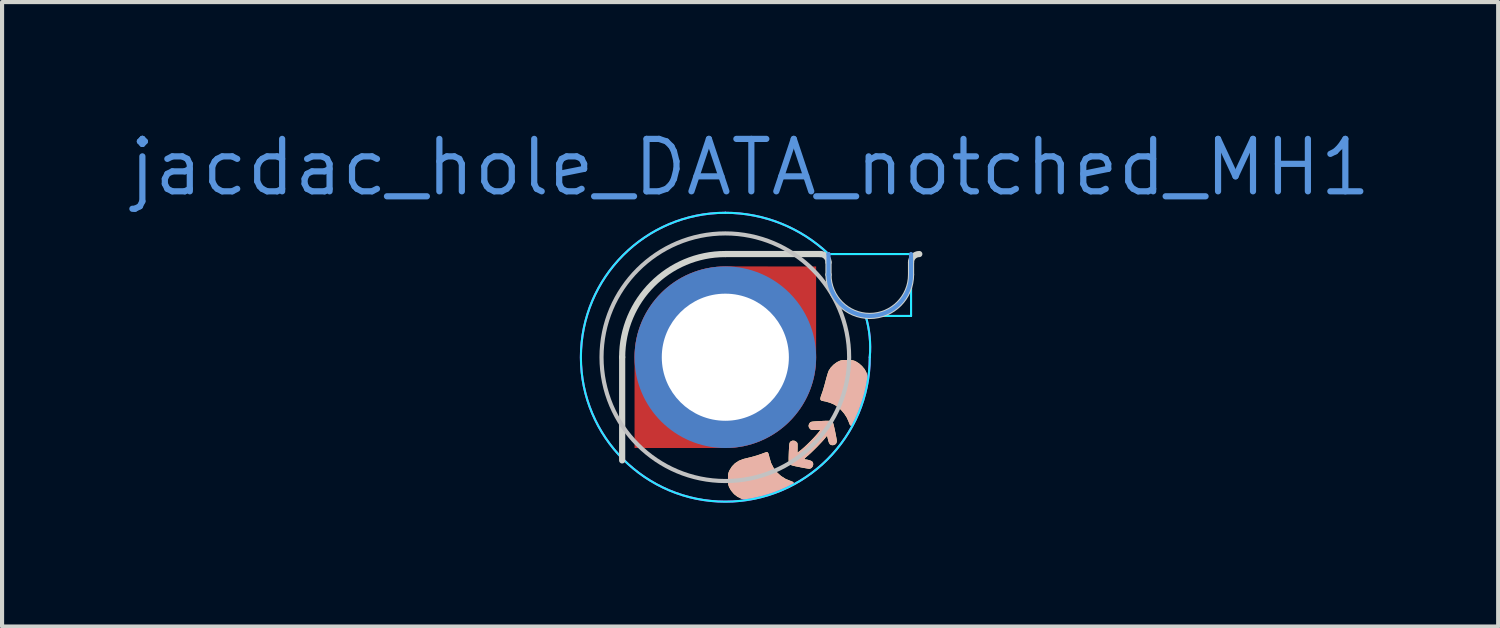
<source format=kicad_pcb>
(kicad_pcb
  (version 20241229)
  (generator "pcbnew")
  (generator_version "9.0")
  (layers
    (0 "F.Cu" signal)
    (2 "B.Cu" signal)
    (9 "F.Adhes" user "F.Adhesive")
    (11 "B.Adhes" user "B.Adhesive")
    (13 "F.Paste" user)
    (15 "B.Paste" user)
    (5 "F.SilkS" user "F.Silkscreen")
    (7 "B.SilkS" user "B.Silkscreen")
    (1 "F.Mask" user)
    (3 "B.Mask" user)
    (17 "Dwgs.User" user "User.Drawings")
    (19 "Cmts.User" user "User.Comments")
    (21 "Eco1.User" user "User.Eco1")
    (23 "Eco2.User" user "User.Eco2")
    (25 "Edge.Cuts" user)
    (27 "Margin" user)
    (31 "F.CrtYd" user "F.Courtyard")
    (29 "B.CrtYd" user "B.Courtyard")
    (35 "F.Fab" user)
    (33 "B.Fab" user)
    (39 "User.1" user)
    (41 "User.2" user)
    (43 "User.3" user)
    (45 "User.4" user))
  (footprint "jacdac_hole_DATA_notched_MH1"
    (layer "F.Cu")
    (at 14.526 5.606)
    (property "Reference" "jacdac_hole_DATA_notched_MH1" (at 0.6 -4.6 0) (layer "Cmts.User") (effects (font (size 1.27 1.27) (thickness 0.15))))
    (attr through_hole)
    (fp_poly (pts (arc (start 0 -2.5) (mid -1.767767 -1.767767) (end -2.5 0)) (xy -2.5 2.5) (arc (start 0 2.5) (mid 1.767767 1.767767) (end 2.5 0)) (xy 2.5 -2.5)) (stroke (width 0) (type solid)) (fill yes) (layer "F.Mask"))
    (fp_circle (center 0 0) (end 0 -2.5) (stroke (width 0) (type solid)) (fill yes) (layer "B.Mask"))
    (fp_poly (pts (xy 1.025 2.304) (xy 1.04 2.325) (xy 1.054 2.365) (xy 1.068 2.426) (xy 1.07 2.431) (xy 1.109 2.563) (xy 1.17 2.683) (xy 1.251 2.789) (xy 1.349 2.878) (xy 1.463 2.95) (xy 1.577 2.996) (xy 1.613 3.01) (xy 1.64 3.022) (xy 1.644 3.025) (xy 1.659 3.051) (xy 1.653 3.082) (xy 1.636 3.103) (xy 1.61 3.121) (xy 1.563 3.145) (xy 1.501 3.175) (xy 1.428 3.207) (xy 1.347 3.241) (xy 1.263 3.274) (xy 1.181 3.305) (xy 1.115 3.327) (xy 0.954 3.378) (xy 0.813 3.415) (xy 0.691 3.44) (xy 0.585 3.451) (xy 0.495 3.451) (xy 0.419 3.438) (xy 0.396 3.431) (xy 0.298 3.384) (xy 0.211 3.317) (xy 0.139 3.232) (xy 0.094 3.154) (xy 0.081 3.121) (xy 0.072 3.088) (xy 0.068 3.047) (xy 0.066 2.991) (xy 0.065 2.952) (xy 0.066 2.889) (xy 0.068 2.844) (xy 0.074 2.809) (xy 0.084 2.779) (xy 0.099 2.745) (xy 0.103 2.737) (xy 0.162 2.644) (xy 0.235 2.569) (xy 0.325 2.51) (xy 0.434 2.467) (xy 0.502 2.45) (xy 0.645 2.415) (xy 0.77 2.379) (xy 0.886 2.339) (xy 0.892 2.336) (xy 0.939 2.319) (xy 0.979 2.305) (xy 1.003 2.298) (xy 1.007 2.298)) (stroke (width 0) (type solid)) (fill yes) (layer "F.SilkS"))
    (fp_poly (pts (xy 3.014 0.068) (xy 3.061 0.071) (xy 3.097 0.077) (xy 3.129 0.087) (xy 3.163 0.102) (xy 3.237 0.148) (xy 3.309 0.211) (xy 3.371 0.285) (xy 3.407 0.346) (xy 3.433 0.412) (xy 3.447 0.486) (xy 3.45 0.57) (xy 3.442 0.667) (xy 3.422 0.778) (xy 3.39 0.905) (xy 3.346 1.052) (xy 3.325 1.117) (xy 3.298 1.195) (xy 3.267 1.278) (xy 3.233 1.362) (xy 3.2 1.442) (xy 3.168 1.514) (xy 3.139 1.574) (xy 3.115 1.617) (xy 3.101 1.638) (xy 3.071 1.659) (xy 3.04 1.659) (xy 3.023 1.646) (xy 3.012 1.626) (xy 2.998 1.59) (xy 2.989 1.566) (xy 2.945 1.466) (xy 2.881 1.367) (xy 2.802 1.275) (xy 2.713 1.197) (xy 2.632 1.145) (xy 2.539 1.105) (xy 2.433 1.074) (xy 2.356 1.059) (xy 2.325 1.05) (xy 2.307 1.034) (xy 2.301 1.007) (xy 2.309 0.965) (xy 2.329 0.906) (xy 2.338 0.881) (xy 2.358 0.825) (xy 2.38 0.753) (xy 2.403 0.674) (xy 2.424 0.594) (xy 2.429 0.576) (xy 2.448 0.504) (xy 2.468 0.436) (xy 2.486 0.377) (xy 2.502 0.334) (xy 2.507 0.323) (xy 2.556 0.249) (xy 2.623 0.18) (xy 2.7 0.123) (xy 2.734 0.105) (xy 2.77 0.088) (xy 2.801 0.077) (xy 2.835 0.071) (xy 2.879 0.068) (xy 2.939 0.068) (xy 2.95 0.068)) (stroke (width 0) (type solid)) (fill yes) (layer "F.SilkS"))
    (fp_poly (pts (xy 2.518 1.541) (xy 2.556 1.547) (xy 2.582 1.557) (xy 2.599 1.573) (xy 2.61 1.594) (xy 2.612 1.597) (xy 2.621 1.626) (xy 2.633 1.674) (xy 2.647 1.735) (xy 2.661 1.802) (xy 2.675 1.871) (xy 2.687 1.935) (xy 2.697 1.989) (xy 2.701 2.026) (xy 2.702 2.035) (xy 2.691 2.081) (xy 2.66 2.115) (xy 2.615 2.131) (xy 2.598 2.132) (xy 2.561 2.127) (xy 2.532 2.107) (xy 2.51 2.07) (xy 2.491 2.012) (xy 2.487 1.992) (xy 2.466 1.902) (xy 2.382 2.002) (xy 2.337 2.052) (xy 2.279 2.113) (xy 2.215 2.18) (xy 2.147 2.247) (xy 2.082 2.31) (xy 2.023 2.364) (xy 1.975 2.405) (xy 1.968 2.411) (xy 1.931 2.444) (xy 1.916 2.464) (xy 1.922 2.474) (xy 1.933 2.476) (xy 1.973 2.48) (xy 2.021 2.491) (xy 2.066 2.506) (xy 2.099 2.522) (xy 2.106 2.528) (xy 2.127 2.564) (xy 2.129 2.607) (xy 2.116 2.648) (xy 2.089 2.682) (xy 2.052 2.701) (xy 2.032 2.703) (xy 2.008 2.7) (xy 1.964 2.693) (xy 1.905 2.683) (xy 1.837 2.67) (xy 1.788 2.66) (xy 1.702 2.643) (xy 1.638 2.628) (xy 1.593 2.613) (xy 1.563 2.595) (xy 1.545 2.571) (xy 1.537 2.539) (xy 1.534 2.495) (xy 1.534 2.439) (xy 1.536 2.366) (xy 1.539 2.284) (xy 1.543 2.207) (xy 1.544 2.192) (xy 1.548 2.133) (xy 1.553 2.094) (xy 1.561 2.069) (xy 1.571 2.052) (xy 1.582 2.042) (xy 1.626 2.021) (xy 1.674 2.023) (xy 1.719 2.048) (xy 1.735 2.063) (xy 1.745 2.079) (xy 1.75 2.101) (xy 1.751 2.137) (xy 1.751 2.191) (xy 1.751 2.195) (xy 1.748 2.313) (xy 1.784 2.287) (xy 1.84 2.243) (xy 1.908 2.184) (xy 1.983 2.114) (xy 2.059 2.039) (xy 2.133 1.963) (xy 2.2 1.89) (xy 2.255 1.826) (xy 2.282 1.79) (xy 2.305 1.758) (xy 2.193 1.762) (xy 2.138 1.763) (xy 2.102 1.762) (xy 2.079 1.757) (xy 2.062 1.747) (xy 2.048 1.734) (xy 2.021 1.691) (xy 2.018 1.645) (xy 2.039 1.599) (xy 2.044 1.593) (xy 2.056 1.581) (xy 2.068 1.572) (xy 2.086 1.565) (xy 2.113 1.56) (xy 2.154 1.556) (xy 2.211 1.552) (xy 2.29 1.547) (xy 2.3 1.547) (xy 2.394 1.542) (xy 2.465 1.54)) (stroke (width 0) (type solid)) (fill yes) (layer "F.SilkS"))
    (fp_poly (pts (xy 1.025 2.304) (xy 1.04 2.325) (xy 1.054 2.365) (xy 1.068 2.426) (xy 1.07 2.431) (xy 1.109 2.563) (xy 1.17 2.683) (xy 1.251 2.789) (xy 1.349 2.878) (xy 1.463 2.95) (xy 1.577 2.996) (xy 1.613 3.01) (xy 1.64 3.022) (xy 1.644 3.025) (xy 1.659 3.051) (xy 1.653 3.082) (xy 1.636 3.103) (xy 1.61 3.121) (xy 1.563 3.145) (xy 1.501 3.175) (xy 1.428 3.207) (xy 1.347 3.241) (xy 1.263 3.274) (xy 1.181 3.305) (xy 1.115 3.327) (xy 0.954 3.378) (xy 0.813 3.415) (xy 0.691 3.44) (xy 0.585 3.451) (xy 0.495 3.451) (xy 0.419 3.438) (xy 0.396 3.431) (xy 0.298 3.384) (xy 0.211 3.317) (xy 0.139 3.232) (xy 0.094 3.154) (xy 0.081 3.121) (xy 0.072 3.088) (xy 0.068 3.047) (xy 0.066 2.991) (xy 0.065 2.952) (xy 0.066 2.889) (xy 0.068 2.844) (xy 0.074 2.809) (xy 0.084 2.779) (xy 0.099 2.745) (xy 0.103 2.737) (xy 0.162 2.644) (xy 0.235 2.569) (xy 0.325 2.51) (xy 0.434 2.467) (xy 0.502 2.45) (xy 0.645 2.415) (xy 0.77 2.379) (xy 0.886 2.339) (xy 0.892 2.336) (xy 0.939 2.319) (xy 0.979 2.305) (xy 1.003 2.298) (xy 1.007 2.298)) (stroke (width 0) (type solid)) (fill yes) (layer "B.SilkS"))
    (fp_poly (pts (xy 3.014 0.068) (xy 3.061 0.071) (xy 3.097 0.077) (xy 3.129 0.087) (xy 3.163 0.102) (xy 3.237 0.148) (xy 3.309 0.211) (xy 3.371 0.285) (xy 3.407 0.346) (xy 3.433 0.412) (xy 3.447 0.486) (xy 3.45 0.57) (xy 3.442 0.667) (xy 3.422 0.778) (xy 3.39 0.905) (xy 3.346 1.052) (xy 3.325 1.117) (xy 3.298 1.195) (xy 3.267 1.278) (xy 3.233 1.362) (xy 3.2 1.442) (xy 3.168 1.514) (xy 3.139 1.574) (xy 3.115 1.617) (xy 3.101 1.638) (xy 3.071 1.659) (xy 3.04 1.659) (xy 3.023 1.646) (xy 3.012 1.626) (xy 2.998 1.59) (xy 2.989 1.566) (xy 2.945 1.466) (xy 2.881 1.367) (xy 2.802 1.275) (xy 2.713 1.197) (xy 2.632 1.145) (xy 2.539 1.105) (xy 2.433 1.074) (xy 2.356 1.059) (xy 2.325 1.05) (xy 2.307 1.034) (xy 2.301 1.007) (xy 2.309 0.965) (xy 2.329 0.906) (xy 2.338 0.881) (xy 2.358 0.825) (xy 2.38 0.753) (xy 2.403 0.674) (xy 2.424 0.594) (xy 2.429 0.576) (xy 2.448 0.504) (xy 2.468 0.436) (xy 2.486 0.377) (xy 2.502 0.334) (xy 2.507 0.323) (xy 2.556 0.249) (xy 2.623 0.18) (xy 2.7 0.123) (xy 2.734 0.105) (xy 2.77 0.088) (xy 2.801 0.077) (xy 2.835 0.071) (xy 2.879 0.068) (xy 2.939 0.068) (xy 2.95 0.068)) (stroke (width 0) (type solid)) (fill yes) (layer "B.SilkS"))
    (fp_poly (pts (xy 2.518 1.541) (xy 2.556 1.547) (xy 2.582 1.557) (xy 2.599 1.573) (xy 2.61 1.594) (xy 2.612 1.597) (xy 2.621 1.626) (xy 2.633 1.674) (xy 2.647 1.735) (xy 2.661 1.802) (xy 2.675 1.871) (xy 2.687 1.935) (xy 2.697 1.989) (xy 2.701 2.026) (xy 2.702 2.035) (xy 2.691 2.081) (xy 2.66 2.115) (xy 2.615 2.131) (xy 2.598 2.132) (xy 2.561 2.127) (xy 2.532 2.107) (xy 2.51 2.07) (xy 2.491 2.012) (xy 2.487 1.992) (xy 2.466 1.902) (xy 2.382 2.002) (xy 2.337 2.052) (xy 2.279 2.113) (xy 2.215 2.18) (xy 2.147 2.247) (xy 2.082 2.31) (xy 2.023 2.364) (xy 1.975 2.405) (xy 1.968 2.411) (xy 1.931 2.444) (xy 1.916 2.464) (xy 1.922 2.474) (xy 1.933 2.476) (xy 1.973 2.48) (xy 2.021 2.491) (xy 2.066 2.506) (xy 2.099 2.522) (xy 2.106 2.528) (xy 2.127 2.564) (xy 2.129 2.607) (xy 2.116 2.648) (xy 2.089 2.682) (xy 2.052 2.701) (xy 2.032 2.703) (xy 2.008 2.7) (xy 1.964 2.693) (xy 1.905 2.683) (xy 1.837 2.67) (xy 1.788 2.66) (xy 1.702 2.643) (xy 1.638 2.628) (xy 1.593 2.613) (xy 1.563 2.595) (xy 1.545 2.571) (xy 1.537 2.539) (xy 1.534 2.495) (xy 1.534 2.439) (xy 1.536 2.366) (xy 1.539 2.284) (xy 1.543 2.207) (xy 1.544 2.192) (xy 1.548 2.133) (xy 1.553 2.094) (xy 1.561 2.069) (xy 1.571 2.052) (xy 1.582 2.042) (xy 1.626 2.021) (xy 1.674 2.023) (xy 1.719 2.048) (xy 1.735 2.063) (xy 1.745 2.079) (xy 1.75 2.101) (xy 1.751 2.137) (xy 1.751 2.191) (xy 1.751 2.195) (xy 1.748 2.313) (xy 1.784 2.287) (xy 1.84 2.243) (xy 1.908 2.184) (xy 1.983 2.114) (xy 2.059 2.039) (xy 2.133 1.963) (xy 2.2 1.89) (xy 2.255 1.826) (xy 2.282 1.79) (xy 2.305 1.758) (xy 2.193 1.762) (xy 2.138 1.763) (xy 2.102 1.762) (xy 2.079 1.757) (xy 2.062 1.747) (xy 2.048 1.734) (xy 2.021 1.691) (xy 2.018 1.645) (xy 2.039 1.599) (xy 2.044 1.593) (xy 2.056 1.581) (xy 2.068 1.572) (xy 2.086 1.565) (xy 2.113 1.56) (xy 2.154 1.556) (xy 2.211 1.552) (xy 2.29 1.547) (xy 2.3 1.547) (xy 2.394 1.542) (xy 2.465 1.54)) (stroke (width 0) (type solid)) (fill yes) (layer "B.SilkS"))
    (fp_circle (center 0 0) (end 0 -3) (stroke (width 0.1) (type default)) (fill no) (layer "Dwgs.User"))
    (fp_line (start 2.5 -2.5) (end 2.5 -2.5) (stroke (width 0.1) (type default)) (layer "Cmts.User"))
    (fp_line (start 2.5 -2) (end 2.5 -2.5) (stroke (width 0.1) (type default)) (layer "Cmts.User"))
    (fp_line (start 4.5 -2) (end 4.5 -2.5) (stroke (width 0.1) (type default)) (layer "Cmts.User"))
    (fp_arc (start 4.5 -2) (mid 3.5 -1) (end 2.5 -2) (stroke (width 0.1) (type default)) (layer "Cmts.User"))
    (fp_line (start -2.5 0) (end -2.5 2.5) (stroke (width 0.15) (type default)) (layer "Edge.Cuts"))
    (fp_line (start 0 -2.5) (end 2.3 -2.5) (stroke (width 0.15) (type default)) (layer "Edge.Cuts"))
    (fp_line (start 2.5 -2) (end 2.5 -2.3) (stroke (width 0.15) (type default)) (layer "Edge.Cuts"))
    (fp_line (start 4.5 -2) (end 4.5 -2.3) (stroke (width 0.15) (type default)) (layer "Edge.Cuts"))
    (fp_arc (start -2.5 0) (mid -1.767767 -1.767767) (end 0 -2.5) (stroke (width 0.15) (type default)) (layer "Edge.Cuts"))
    (fp_arc (start 2.299998 -2.5) (mid 2.441421 -2.441422) (end 2.499998 -2.3) (stroke (width 0.15) (type default)) (layer "Edge.Cuts"))
    (fp_arc (start 4.5 -2.3) (mid 4.558579 -2.441421) (end 4.7 -2.5) (stroke (width 0.15) (type default)) (layer "Edge.Cuts"))
    (fp_arc (start 4.5 -2) (mid 3.5 -1) (end 2.5 -2) (stroke (width 0.15) (type default)) (layer "Edge.Cuts"))
    (fp_line (start 3.4 -1) (end 4.5 -1) (stroke (width 0.05) (type default)) (layer "B.CrtYd"))
    (fp_line (start 4.5 -2.5) (end 2.5 -2.5) (stroke (width 0.05) (type default)) (layer "B.CrtYd"))
    (fp_line (start 4.5 -1) (end 4.5 -2.5) (stroke (width 0.05) (type default)) (layer "B.CrtYd"))
    (fp_arc (start 0 -3.5) (mid 1.346291 -3.240728) (end 2.5 -2.5) (stroke (width 0.05) (type default)) (layer "B.CrtYd"))
    (fp_arc (start 3.4 -1) (mid 3.496731 -0.504673) (end 3.5 0) (stroke (width 0.05) (type default)) (layer "B.CrtYd"))
    (fp_arc (start 3.5 0) (mid -2.474874 2.474874) (end 0 -3.5) (stroke (width 0.05) (type default)) (layer "B.CrtYd"))
    (fp_line (start 3.4 -1) (end 4.5 -1) (stroke (width 0.05) (type default)) (layer "F.CrtYd"))
    (fp_line (start 4.5 -2.5) (end 2.5 -2.5) (stroke (width 0.05) (type default)) (layer "F.CrtYd"))
    (fp_line (start 4.5 -1) (end 4.5 -2.5) (stroke (width 0.05) (type default)) (layer "F.CrtYd"))
    (fp_arc (start 0 -3.5) (mid 1.346291 -3.240728) (end 2.5 -2.5) (stroke (width 0.05) (type default)) (layer "F.CrtYd"))
    (fp_arc (start 3.4 -1) (mid 3.496731 -0.504673) (end 3.5 0) (stroke (width 0.05) (type default)) (layer "F.CrtYd"))
    (fp_arc (start 3.5 0) (mid -2.474874 2.474874) (end 0 -3.5) (stroke (width 0.05) (type default)) (layer "F.CrtYd"))
    (pad "MH1" smd custom (at 0 0 135) (size 1 1) (property pad_prop_fiducial_loc) (layers "F.Cu" "F.Mask") (options (anchor circle)) (primitives (gr_poly (pts (xy 0 -3.111) (arc (start -1.555635 -1.555635) (mid -2.2 0) (end -1.555635 1.555635)) (xy 0 3.111) (arc (start 1.555635 1.555635) (mid 2.2 0) (end 1.555635 -1.555635))) (width 0) (fill yes))))
    (pad "MH1" thru_hole circle (at 0 0 135) (size 4.4 4.4) (drill 3.08) (property pad_prop_fiducial_loc) (layers "*.Cu"))
    (zone (net_name "") (layers "F.Cu" "B.Cu") (hatch edge 0.508) (connect_pads) (min_thickness 0.254) (filled_areas_thickness no) (keepout (tracks allowed) (vias allowed) (pads allowed) (copperpour not_allowed) (footprints allowed)) (placement (enabled no)) (fill) (polygon (pts (xy 14.526 2.601) (xy 14.177 2.621) (xy 13.833 2.682) (xy 13.499 2.782) (xy 13.178 2.921) (xy 12.875 3.095) (xy 12.595 3.304) (xy 12.341 3.544) (xy 12.116 3.812) (xy 11.924 4.104) (xy 11.767 4.416) (xy 11.647 4.744) (xy 11.567 5.084) (xy 11.526 5.431) (xy 11.526 5.781) (xy 11.567 6.128) (xy 11.647 6.468) (xy 11.767 6.796) (xy 11.924 7.109) (xy 12.116 7.401) (xy 12.341 7.668) (xy 12.595 7.908) (xy 12.875 8.117) (xy 13.178 8.292) (xy 13.499 8.43) (xy 13.833 8.53) (xy 14.177 8.591) (xy 14.526 8.611) (xy 14.875 8.591) (xy 15.219 8.53) (xy 15.554 8.43) (xy 15.875 8.292) (xy 16.178 8.117) (xy 16.458 7.908) (xy 16.712 7.668) (xy 16.937 7.401) (xy 17.129 7.109) (xy 17.286 6.796) (xy 17.405 6.468) (xy 17.486 6.128) (xy 17.526 5.781) (xy 17.526 5.431) (xy 17.486 5.084) (xy 17.405 4.744) (xy 17.286 4.416) (xy 17.129 4.104) (xy 16.937 3.812) (xy 16.712 3.544) (xy 16.458 3.304) (xy 16.178 3.095) (xy 15.875 2.921) (xy 15.554 2.782) (xy 15.219 2.682) (xy 14.875 2.621)))))
  (gr_rect
    (start -3 -3)
    (end 33.253 12.131)
    (stroke (width 0.1) (type default))
    (fill no)
    (layer "Edge.Cuts")))
</source>
